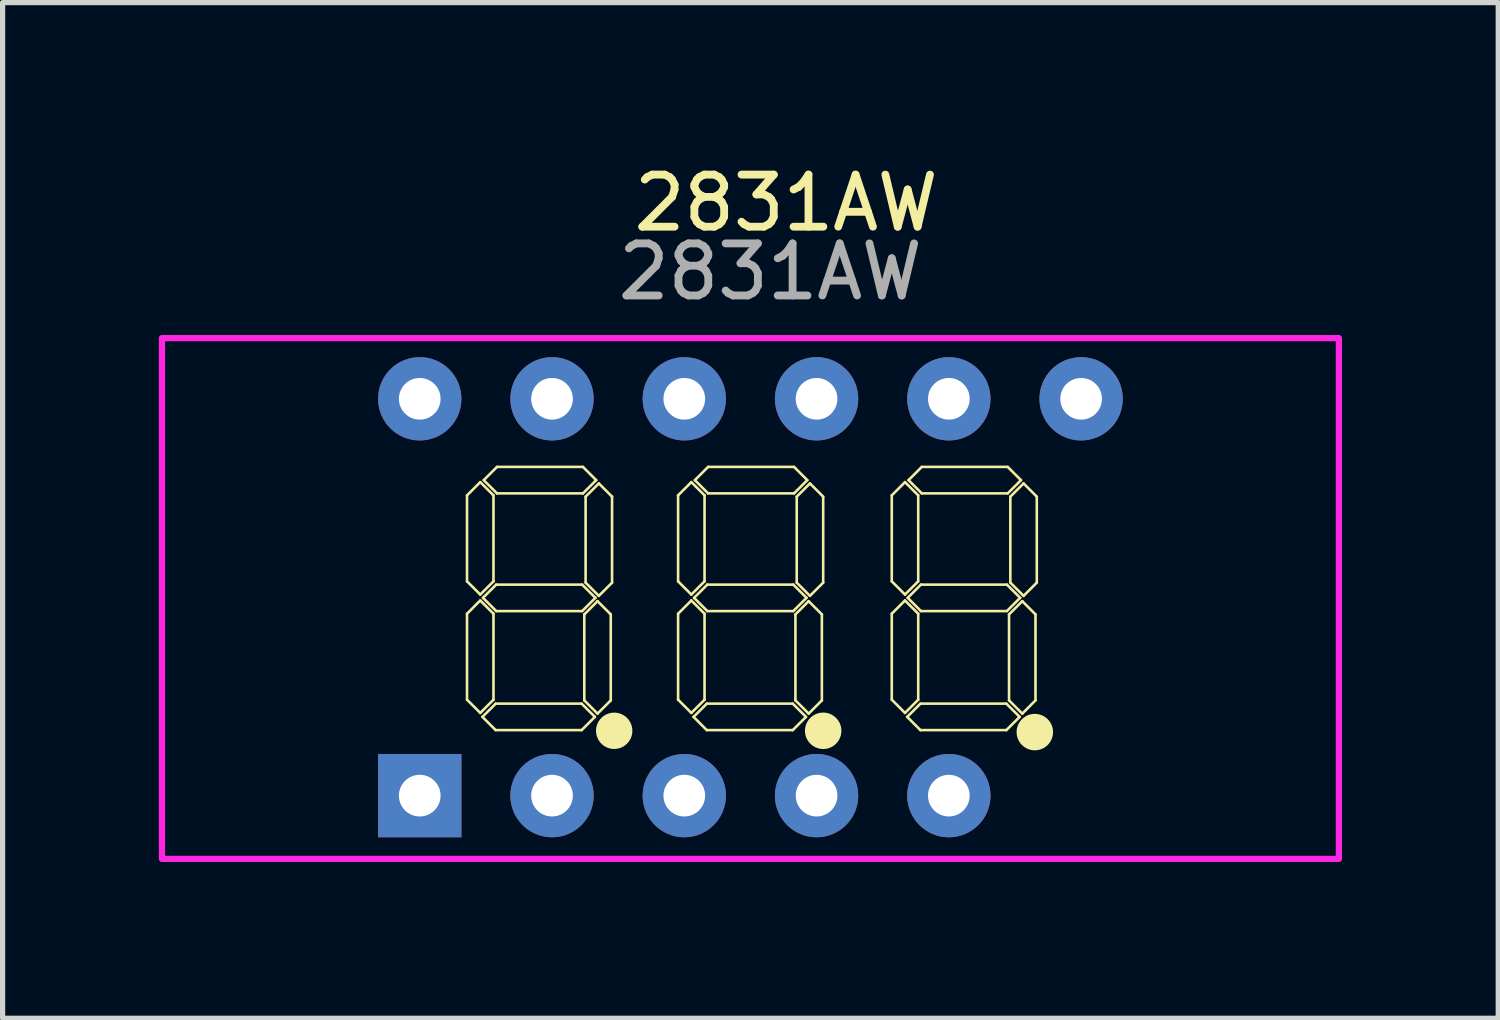
<source format=kicad_pcb>
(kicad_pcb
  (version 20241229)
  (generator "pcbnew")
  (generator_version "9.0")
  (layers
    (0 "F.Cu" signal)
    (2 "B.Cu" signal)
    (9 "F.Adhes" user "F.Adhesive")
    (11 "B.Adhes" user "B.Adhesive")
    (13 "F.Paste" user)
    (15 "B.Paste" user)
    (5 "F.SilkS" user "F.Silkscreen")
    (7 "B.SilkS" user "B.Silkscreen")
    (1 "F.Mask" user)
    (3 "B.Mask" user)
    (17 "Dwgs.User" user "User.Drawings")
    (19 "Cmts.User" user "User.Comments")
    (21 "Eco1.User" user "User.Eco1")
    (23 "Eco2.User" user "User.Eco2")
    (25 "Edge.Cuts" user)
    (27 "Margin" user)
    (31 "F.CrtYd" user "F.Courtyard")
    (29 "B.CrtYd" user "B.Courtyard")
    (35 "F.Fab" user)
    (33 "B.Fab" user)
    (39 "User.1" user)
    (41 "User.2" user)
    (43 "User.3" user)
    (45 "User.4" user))
  (footprint "2831AW"
    (layer "F.Cu")
    (at 11.36 8.443)
    (property "Reference" "2831AW" (at 0.686 -7.595 0) (unlocked yes) (layer "F.SilkS") (effects (font (size 1 1) (thickness 0.15))))
    (attr through_hole)
    (fp_line (start -5.442 -1.981) (end -5.442 -0.33) (stroke (width 0.05) (type default)) (layer "F.SilkS"))
    (fp_line (start -5.442 -0.33) (end -5.188 -0.076) (stroke (width 0.05) (type default)) (layer "F.SilkS"))
    (fp_line (start -5.442 0.292) (end -5.442 1.943) (stroke (width 0.05) (type default)) (layer "F.SilkS"))
    (fp_line (start -5.442 1.943) (end -5.188 2.197) (stroke (width 0.05) (type default)) (layer "F.SilkS"))
    (fp_line (start -5.188 -2.235) (end -5.442 -1.981) (stroke (width 0.05) (type default)) (layer "F.SilkS"))
    (fp_line (start -5.188 -0.076) (end -4.934 -0.33) (stroke (width 0.05) (type default)) (layer "F.SilkS"))
    (fp_line (start -5.188 0.038) (end -5.442 0.292) (stroke (width 0.05) (type default)) (layer "F.SilkS"))
    (fp_line (start -5.188 2.197) (end -4.934 1.943) (stroke (width 0.05) (type default)) (layer "F.SilkS"))
    (fp_line (start -5.146 2.273) (end -4.892 2.527) (stroke (width 0.05) (type default)) (layer "F.SilkS"))
    (fp_line (start -5.136 -0.013) (end -4.882 0.241) (stroke (width 0.05) (type default)) (layer "F.SilkS"))
    (fp_line (start -5.121 -2.273) (end -4.867 -2.019) (stroke (width 0.05) (type default)) (layer "F.SilkS"))
    (fp_line (start -4.934 -1.981) (end -5.188 -2.235) (stroke (width 0.05) (type default)) (layer "F.SilkS"))
    (fp_line (start -4.934 -0.33) (end -4.934 -1.981) (stroke (width 0.05) (type default)) (layer "F.SilkS"))
    (fp_line (start -4.934 0.292) (end -5.188 0.038) (stroke (width 0.05) (type default)) (layer "F.SilkS"))
    (fp_line (start -4.934 1.943) (end -4.934 0.292) (stroke (width 0.05) (type default)) (layer "F.SilkS"))
    (fp_line (start -4.892 2.019) (end -5.146 2.273) (stroke (width 0.05) (type default)) (layer "F.SilkS"))
    (fp_line (start -4.892 2.527) (end -3.241 2.527) (stroke (width 0.05) (type default)) (layer "F.SilkS"))
    (fp_line (start -4.882 -0.267) (end -5.136 -0.013) (stroke (width 0.05) (type default)) (layer "F.SilkS"))
    (fp_line (start -4.882 0.241) (end -3.231 0.241) (stroke (width 0.05) (type default)) (layer "F.SilkS"))
    (fp_line (start -4.867 -2.527) (end -5.121 -2.273) (stroke (width 0.05) (type default)) (layer "F.SilkS"))
    (fp_line (start -4.867 -2.019) (end -3.216 -2.019) (stroke (width 0.05) (type default)) (layer "F.SilkS"))
    (fp_line (start -3.241 2.019) (end -4.892 2.019) (stroke (width 0.05) (type default)) (layer "F.SilkS"))
    (fp_line (start -3.241 2.527) (end -2.987 2.273) (stroke (width 0.05) (type default)) (layer "F.SilkS"))
    (fp_line (start -3.231 -0.267) (end -4.882 -0.267) (stroke (width 0.05) (type default)) (layer "F.SilkS"))
    (fp_line (start -3.231 0.241) (end -2.977 -0.013) (stroke (width 0.05) (type default)) (layer "F.SilkS"))
    (fp_line (start -3.216 -2.527) (end -4.867 -2.527) (stroke (width 0.05) (type default)) (layer "F.SilkS"))
    (fp_line (start -3.216 -2.019) (end -2.962 -2.273) (stroke (width 0.05) (type default)) (layer "F.SilkS"))
    (fp_line (start -3.19 0.305) (end -3.19 1.956) (stroke (width 0.05) (type default)) (layer "F.SilkS"))
    (fp_line (start -3.19 1.956) (end -2.936 2.21) (stroke (width 0.05) (type default)) (layer "F.SilkS"))
    (fp_line (start -3.165 -1.956) (end -3.165 -0.305) (stroke (width 0.05) (type default)) (layer "F.SilkS"))
    (fp_line (start -3.165 -0.305) (end -2.911 -0.051) (stroke (width 0.05) (type default)) (layer "F.SilkS"))
    (fp_line (start -2.987 2.273) (end -3.241 2.019) (stroke (width 0.05) (type default)) (layer "F.SilkS"))
    (fp_line (start -2.977 -0.013) (end -3.231 -0.267) (stroke (width 0.05) (type default)) (layer "F.SilkS"))
    (fp_line (start -2.962 -2.273) (end -3.216 -2.527) (stroke (width 0.05) (type default)) (layer "F.SilkS"))
    (fp_line (start -2.936 0.051) (end -3.19 0.305) (stroke (width 0.05) (type default)) (layer "F.SilkS"))
    (fp_line (start -2.936 2.21) (end -2.682 1.956) (stroke (width 0.05) (type default)) (layer "F.SilkS"))
    (fp_line (start -2.911 -2.21) (end -3.165 -1.956) (stroke (width 0.05) (type default)) (layer "F.SilkS"))
    (fp_line (start -2.911 -0.051) (end -2.657 -0.305) (stroke (width 0.05) (type default)) (layer "F.SilkS"))
    (fp_line (start -2.682 0.305) (end -2.936 0.051) (stroke (width 0.05) (type default)) (layer "F.SilkS"))
    (fp_line (start -2.682 1.956) (end -2.682 0.305) (stroke (width 0.05) (type default)) (layer "F.SilkS"))
    (fp_line (start -2.657 -1.956) (end -2.911 -2.21) (stroke (width 0.05) (type default)) (layer "F.SilkS"))
    (fp_line (start -2.657 -0.305) (end -2.657 -1.956) (stroke (width 0.05) (type default)) (layer "F.SilkS"))
    (fp_line (start -1.389 -1.981) (end -1.389 -0.33) (stroke (width 0.05) (type default)) (layer "F.SilkS"))
    (fp_line (start -1.389 -0.33) (end -1.135 -0.076) (stroke (width 0.05) (type default)) (layer "F.SilkS"))
    (fp_line (start -1.389 0.292) (end -1.389 1.943) (stroke (width 0.05) (type default)) (layer "F.SilkS"))
    (fp_line (start -1.389 1.943) (end -1.135 2.197) (stroke (width 0.05) (type default)) (layer "F.SilkS"))
    (fp_line (start -1.135 -2.235) (end -1.389 -1.981) (stroke (width 0.05) (type default)) (layer "F.SilkS"))
    (fp_line (start -1.135 -0.076) (end -0.881 -0.33) (stroke (width 0.05) (type default)) (layer "F.SilkS"))
    (fp_line (start -1.135 0.038) (end -1.389 0.292) (stroke (width 0.05) (type default)) (layer "F.SilkS"))
    (fp_line (start -1.135 2.197) (end -0.881 1.943) (stroke (width 0.05) (type default)) (layer "F.SilkS"))
    (fp_line (start -1.092 2.273) (end -0.838 2.527) (stroke (width 0.05) (type default)) (layer "F.SilkS"))
    (fp_line (start -1.082 -0.013) (end -0.828 0.241) (stroke (width 0.05) (type default)) (layer "F.SilkS"))
    (fp_line (start -1.067 -2.273) (end -0.813 -2.019) (stroke (width 0.05) (type default)) (layer "F.SilkS"))
    (fp_line (start -0.881 -1.981) (end -1.135 -2.235) (stroke (width 0.05) (type default)) (layer "F.SilkS"))
    (fp_line (start -0.881 -0.33) (end -0.881 -1.981) (stroke (width 0.05) (type default)) (layer "F.SilkS"))
    (fp_line (start -0.881 0.292) (end -1.135 0.038) (stroke (width 0.05) (type default)) (layer "F.SilkS"))
    (fp_line (start -0.881 1.943) (end -0.881 0.292) (stroke (width 0.05) (type default)) (layer "F.SilkS"))
    (fp_line (start -0.838 2.019) (end -1.092 2.273) (stroke (width 0.05) (type default)) (layer "F.SilkS"))
    (fp_line (start -0.838 2.527) (end 0.813 2.527) (stroke (width 0.05) (type default)) (layer "F.SilkS"))
    (fp_line (start -0.828 -0.267) (end -1.082 -0.013) (stroke (width 0.05) (type default)) (layer "F.SilkS"))
    (fp_line (start -0.828 0.241) (end 0.823 0.241) (stroke (width 0.05) (type default)) (layer "F.SilkS"))
    (fp_line (start -0.813 -2.527) (end -1.067 -2.273) (stroke (width 0.05) (type default)) (layer "F.SilkS"))
    (fp_line (start -0.813 -2.019) (end 0.838 -2.019) (stroke (width 0.05) (type default)) (layer "F.SilkS"))
    (fp_line (start 0.813 2.019) (end -0.838 2.019) (stroke (width 0.05) (type default)) (layer "F.SilkS"))
    (fp_line (start 0.813 2.527) (end 1.067 2.273) (stroke (width 0.05) (type default)) (layer "F.SilkS"))
    (fp_line (start 0.823 -0.267) (end -0.828 -0.267) (stroke (width 0.05) (type default)) (layer "F.SilkS"))
    (fp_line (start 0.823 0.241) (end 1.077 -0.013) (stroke (width 0.05) (type default)) (layer "F.SilkS"))
    (fp_line (start 0.838 -2.527) (end -0.813 -2.527) (stroke (width 0.05) (type default)) (layer "F.SilkS"))
    (fp_line (start 0.838 -2.019) (end 1.092 -2.273) (stroke (width 0.05) (type default)) (layer "F.SilkS"))
    (fp_line (start 0.864 0.305) (end 0.864 1.956) (stroke (width 0.05) (type default)) (layer "F.SilkS"))
    (fp_line (start 0.864 1.956) (end 1.118 2.21) (stroke (width 0.05) (type default)) (layer "F.SilkS"))
    (fp_line (start 0.889 -1.956) (end 0.889 -0.305) (stroke (width 0.05) (type default)) (layer "F.SilkS"))
    (fp_line (start 0.889 -0.305) (end 1.143 -0.051) (stroke (width 0.05) (type default)) (layer "F.SilkS"))
    (fp_line (start 1.067 2.273) (end 0.813 2.019) (stroke (width 0.05) (type default)) (layer "F.SilkS"))
    (fp_line (start 1.077 -0.013) (end 0.823 -0.267) (stroke (width 0.05) (type default)) (layer "F.SilkS"))
    (fp_line (start 1.092 -2.273) (end 0.838 -2.527) (stroke (width 0.05) (type default)) (layer "F.SilkS"))
    (fp_line (start 1.118 0.051) (end 0.864 0.305) (stroke (width 0.05) (type default)) (layer "F.SilkS"))
    (fp_line (start 1.118 2.21) (end 1.372 1.956) (stroke (width 0.05) (type default)) (layer "F.SilkS"))
    (fp_line (start 1.143 -2.21) (end 0.889 -1.956) (stroke (width 0.05) (type default)) (layer "F.SilkS"))
    (fp_line (start 1.143 -0.051) (end 1.397 -0.305) (stroke (width 0.05) (type default)) (layer "F.SilkS"))
    (fp_line (start 1.372 0.305) (end 1.118 0.051) (stroke (width 0.05) (type default)) (layer "F.SilkS"))
    (fp_line (start 1.372 1.956) (end 1.372 0.305) (stroke (width 0.05) (type default)) (layer "F.SilkS"))
    (fp_line (start 1.397 -1.956) (end 1.143 -2.21) (stroke (width 0.05) (type default)) (layer "F.SilkS"))
    (fp_line (start 1.397 -0.305) (end 1.397 -1.956) (stroke (width 0.05) (type default)) (layer "F.SilkS"))
    (fp_line (start 2.714 -1.981) (end 2.714 -0.33) (stroke (width 0.05) (type default)) (layer "F.SilkS"))
    (fp_line (start 2.714 -0.33) (end 2.968 -0.076) (stroke (width 0.05) (type default)) (layer "F.SilkS"))
    (fp_line (start 2.714 0.292) (end 2.714 1.943) (stroke (width 0.05) (type default)) (layer "F.SilkS"))
    (fp_line (start 2.714 1.943) (end 2.968 2.197) (stroke (width 0.05) (type default)) (layer "F.SilkS"))
    (fp_line (start 2.968 -2.235) (end 2.714 -1.981) (stroke (width 0.05) (type default)) (layer "F.SilkS"))
    (fp_line (start 2.968 -0.076) (end 3.222 -0.33) (stroke (width 0.05) (type default)) (layer "F.SilkS"))
    (fp_line (start 2.968 0.038) (end 2.714 0.292) (stroke (width 0.05) (type default)) (layer "F.SilkS"))
    (fp_line (start 2.968 2.197) (end 3.222 1.943) (stroke (width 0.05) (type default)) (layer "F.SilkS"))
    (fp_line (start 3.01 2.273) (end 3.264 2.527) (stroke (width 0.05) (type default)) (layer "F.SilkS"))
    (fp_line (start 3.02 -0.013) (end 3.274 0.241) (stroke (width 0.05) (type default)) (layer "F.SilkS"))
    (fp_line (start 3.036 -2.273) (end 3.29 -2.019) (stroke (width 0.05) (type default)) (layer "F.SilkS"))
    (fp_line (start 3.222 -1.981) (end 2.968 -2.235) (stroke (width 0.05) (type default)) (layer "F.SilkS"))
    (fp_line (start 3.222 -0.33) (end 3.222 -1.981) (stroke (width 0.05) (type default)) (layer "F.SilkS"))
    (fp_line (start 3.222 0.292) (end 2.968 0.038) (stroke (width 0.05) (type default)) (layer "F.SilkS"))
    (fp_line (start 3.222 1.943) (end 3.222 0.292) (stroke (width 0.05) (type default)) (layer "F.SilkS"))
    (fp_line (start 3.264 2.019) (end 3.01 2.273) (stroke (width 0.05) (type default)) (layer "F.SilkS"))
    (fp_line (start 3.264 2.527) (end 4.915 2.527) (stroke (width 0.05) (type default)) (layer "F.SilkS"))
    (fp_line (start 3.274 -0.267) (end 3.02 -0.013) (stroke (width 0.05) (type default)) (layer "F.SilkS"))
    (fp_line (start 3.274 0.241) (end 4.925 0.241) (stroke (width 0.05) (type default)) (layer "F.SilkS"))
    (fp_line (start 3.29 -2.527) (end 3.036 -2.273) (stroke (width 0.05) (type default)) (layer "F.SilkS"))
    (fp_line (start 3.29 -2.019) (end 4.941 -2.019) (stroke (width 0.05) (type default)) (layer "F.SilkS"))
    (fp_line (start 4.915 2.019) (end 3.264 2.019) (stroke (width 0.05) (type default)) (layer "F.SilkS"))
    (fp_line (start 4.915 2.527) (end 5.169 2.273) (stroke (width 0.05) (type default)) (layer "F.SilkS"))
    (fp_line (start 4.925 -0.267) (end 3.274 -0.267) (stroke (width 0.05) (type default)) (layer "F.SilkS"))
    (fp_line (start 4.925 0.241) (end 5.179 -0.013) (stroke (width 0.05) (type default)) (layer "F.SilkS"))
    (fp_line (start 4.941 -2.527) (end 3.29 -2.527) (stroke (width 0.05) (type default)) (layer "F.SilkS"))
    (fp_line (start 4.941 -2.019) (end 5.195 -2.273) (stroke (width 0.05) (type default)) (layer "F.SilkS"))
    (fp_line (start 4.966 0.305) (end 4.966 1.956) (stroke (width 0.05) (type default)) (layer "F.SilkS"))
    (fp_line (start 4.966 1.956) (end 5.22 2.21) (stroke (width 0.05) (type default)) (layer "F.SilkS"))
    (fp_line (start 4.991 -1.956) (end 4.991 -0.305) (stroke (width 0.05) (type default)) (layer "F.SilkS"))
    (fp_line (start 4.991 -0.305) (end 5.245 -0.051) (stroke (width 0.05) (type default)) (layer "F.SilkS"))
    (fp_line (start 5.169 2.273) (end 4.915 2.019) (stroke (width 0.05) (type default)) (layer "F.SilkS"))
    (fp_line (start 5.179 -0.013) (end 4.925 -0.267) (stroke (width 0.05) (type default)) (layer "F.SilkS"))
    (fp_line (start 5.195 -2.273) (end 4.941 -2.527) (stroke (width 0.05) (type default)) (layer "F.SilkS"))
    (fp_line (start 5.22 0.051) (end 4.966 0.305) (stroke (width 0.05) (type default)) (layer "F.SilkS"))
    (fp_line (start 5.22 2.21) (end 5.474 1.956) (stroke (width 0.05) (type default)) (layer "F.SilkS"))
    (fp_line (start 5.245 -2.21) (end 4.991 -1.956) (stroke (width 0.05) (type default)) (layer "F.SilkS"))
    (fp_line (start 5.245 -0.051) (end 5.499 -0.305) (stroke (width 0.05) (type default)) (layer "F.SilkS"))
    (fp_line (start 5.474 0.305) (end 5.22 0.051) (stroke (width 0.05) (type default)) (layer "F.SilkS"))
    (fp_line (start 5.474 1.956) (end 5.474 0.305) (stroke (width 0.05) (type default)) (layer "F.SilkS"))
    (fp_line (start 5.499 -1.956) (end 5.245 -2.21) (stroke (width 0.05) (type default)) (layer "F.SilkS"))
    (fp_line (start 5.499 -0.305) (end 5.499 -1.956) (stroke (width 0.05) (type default)) (layer "F.SilkS"))
    (fp_circle (center -2.616 2.54) (end -2.327 2.54) (stroke (width 0.12) (type solid)) (fill yes) (layer "F.SilkS"))
    (fp_circle (center 1.397 2.54) (end 1.687 2.54) (stroke (width 0.12) (type solid)) (fill yes) (layer "F.SilkS"))
    (fp_circle (center 5.461 2.565) (end 5.751 2.565) (stroke (width 0.12) (type solid)) (fill yes) (layer "F.SilkS"))
    (fp_rect (start -11.3 -5) (end 11.3 5) (stroke (width 0.12) (type default)) (fill no) (layer "F.CrtYd"))
    (fp_text user "${REFERENCE}" (at 0.381 -6.274 0) (layer "F.Fab") (effects (font (size 1 1) (thickness 0.15))))
    (pad "1" thru_hole rect (at -6.35 3.785 90) (size 1.6 1.6) (drill 0.8) (layers "*.Cu" "*.Mask"))
    (pad "2" thru_hole oval (at -3.81 3.785 90) (size 1.6 1.6) (drill 0.8) (layers "*.Cu" "*.Mask"))
    (pad "3" thru_hole oval (at -1.27 3.785 90) (size 1.6 1.6) (drill 0.8) (layers "*.Cu" "*.Mask"))
    (pad "4" thru_hole oval (at 1.27 3.785 90) (size 1.6 1.6) (drill 0.8) (layers "*.Cu" "*.Mask"))
    (pad "5" thru_hole oval (at 3.81 3.785 90) (size 1.6 1.6) (drill 0.8) (layers "*.Cu" "*.Mask"))
    (pad "6" thru_hole oval (at 6.35 -3.835 90) (size 1.6 1.6) (drill 0.8) (layers "*.Cu" "*.Mask"))
    (pad "7" thru_hole oval (at 3.81 -3.835 90) (size 1.6 1.6) (drill 0.8) (layers "*.Cu" "*.Mask"))
    (pad "8" thru_hole oval (at 1.27 -3.835 90) (size 1.6 1.6) (drill 0.8) (layers "*.Cu" "*.Mask"))
    (pad "9" thru_hole oval (at -1.27 -3.835 90) (size 1.6 1.6) (drill 0.8) (layers "*.Cu" "*.Mask"))
    (pad "10" thru_hole oval (at -3.81 -3.835 90) (size 1.6 1.6) (drill 0.8) (layers "*.Cu" "*.Mask"))
    (pad "11" thru_hole oval (at -6.35 -3.835 90) (size 1.6 1.6) (drill 0.8) (layers "*.Cu" "*.Mask")))
  (gr_rect
    (start -3 -3)
    (end 25.72 16.503)
    (stroke (width 0.1) (type default))
    (fill no)
    (layer "Edge.Cuts")))
</source>
